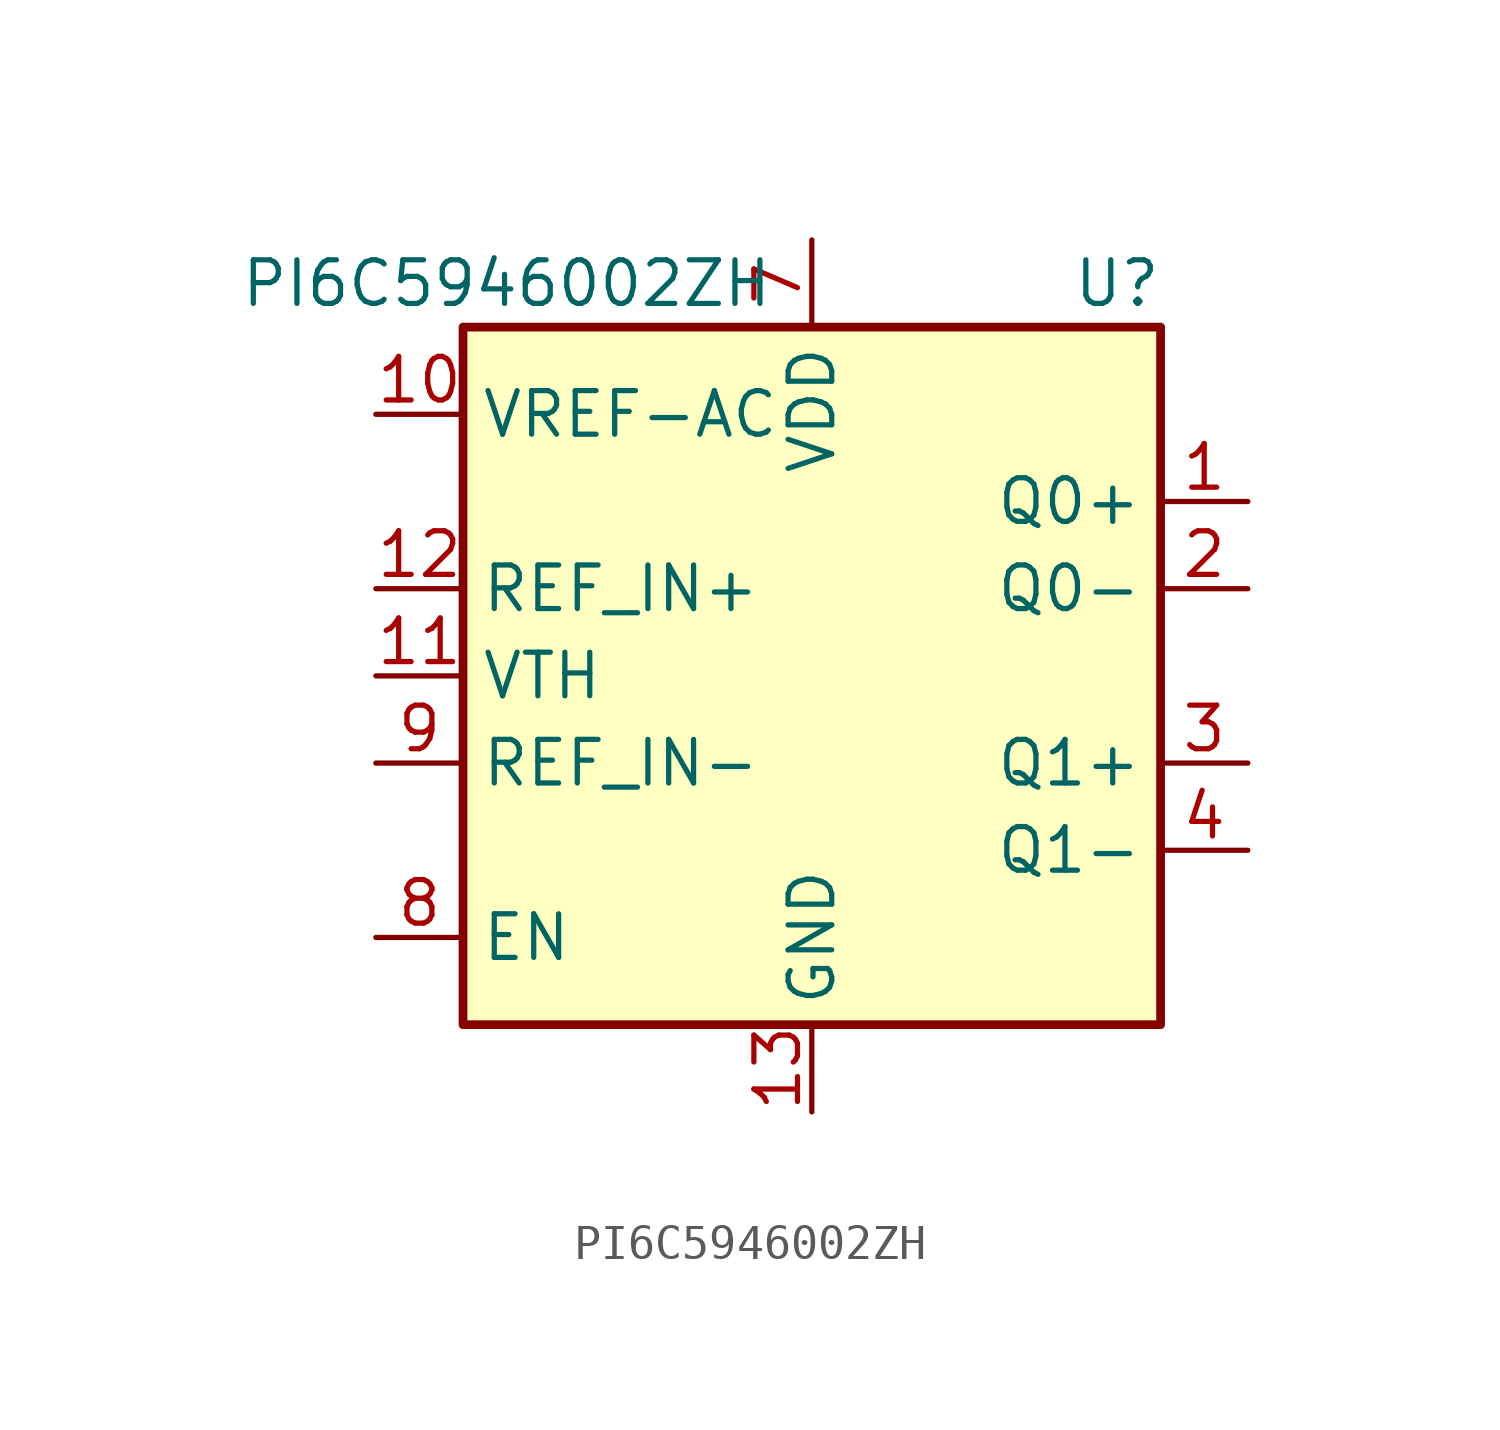
<source format=kicad_sym>
(kicad_symbol_lib
  (version 20201005)
  (generator kicad_symbol_editor)
  (symbol "PI6C5946002ZH"
    (property "Reference" "U"
      (at 8.89 11.43 0)
      (effects (font (size 1.27 1.27))))
    (property "Value" "PI6C5946002ZH"
      (at -8.89 11.43 0)
      (effects (font (size 1.27 1.27))))
    (symbol "PI6C5946002ZH_0_1"
      (rectangle (start -10.16 10.16) (end 10.16 -10.16) (stroke (width 0.254)) (fill (type background))))
    (symbol "PI6C5946002ZH_1_1"
      (pin output line (at 12.7 5.08 180) (length 2.54) (name "Q0+" (effects (font (size 1.27 1.27)))) (number "1" (effects (font (size 1.27 1.27)))))
      (pin output line (at -12.7 7.62 0) (length 2.54) (name "VREF-AC" (effects (font (size 1.27 1.27)))) (number "10" (effects (font (size 1.27 1.27)))))
      (pin input line (at -12.7 0 0) (length 2.54) (name "VTH" (effects (font (size 1.27 1.27)))) (number "11" (effects (font (size 1.27 1.27)))))
      (pin input line (at -12.7 2.54 0) (length 2.54) (name "REF_IN+" (effects (font (size 1.27 1.27)))) (number "12" (effects (font (size 1.27 1.27)))))
      (pin power_in line (at 0 -12.7 90) (length 2.54) (name "GND" (effects (font (size 1.27 1.27)))) (number "13" (effects (font (size 1.27 1.27)))))
      (pin passive line (at 0 12.7 270) (length 2.54) hide (name "VDD" (effects (font (size 1.27 1.27)))) (number "14" (effects (font (size 1.27 1.27)))))
      (pin no_connect line (at 10.16 -7.62 180) (length 2.54) hide (name "DNC" (effects (font (size 1.27 1.27)))) (number "15" (effects (font (size 1.27 1.27)))))
      (pin no_connect line (at 10.16 7.62 180) (length 2.54) hide (name "DNC" (effects (font (size 1.27 1.27)))) (number "16" (effects (font (size 1.27 1.27)))))
      (pin passive line (at 0 -12.7 90) (length 2.54) hide (name "GND" (effects (font (size 1.27 1.27)))) (number "17" (effects (font (size 1.27 1.27)))))
      (pin output line (at 12.7 2.54 180) (length 2.54) (name "Q0-" (effects (font (size 1.27 1.27)))) (number "2" (effects (font (size 1.27 1.27)))))
      (pin output line (at 12.7 -2.54 180) (length 2.54) (name "Q1+" (effects (font (size 1.27 1.27)))) (number "3" (effects (font (size 1.27 1.27)))))
      (pin output line (at 12.7 -5.08 180) (length 2.54) (name "Q1-" (effects (font (size 1.27 1.27)))) (number "4" (effects (font (size 1.27 1.27)))))
      (pin no_connect line (at -10.16 5.08 0) (length 2.54) hide (name "DNC" (effects (font (size 1.27 1.27)))) (number "5" (effects (font (size 1.27 1.27)))))
      (pin no_connect line (at -10.16 -5.08 0) (length 2.54) hide (name "DNC" (effects (font (size 1.27 1.27)))) (number "6" (effects (font (size 1.27 1.27)))))
      (pin power_in line (at 0 12.7 270) (length 2.54) (name "VDD" (effects (font (size 1.27 1.27)))) (number "7" (effects (font (size 1.27 1.27)))))
      (pin input line (at -12.7 -7.62 0) (length 2.54) (name "EN" (effects (font (size 1.27 1.27)))) (number "8" (effects (font (size 1.27 1.27)))))
      (pin input line (at -12.7 -2.54 0) (length 2.54) (name "REF_IN-" (effects (font (size 1.27 1.27)))) (number "9" (effects (font (size 1.27 1.27))))))))
</source>
